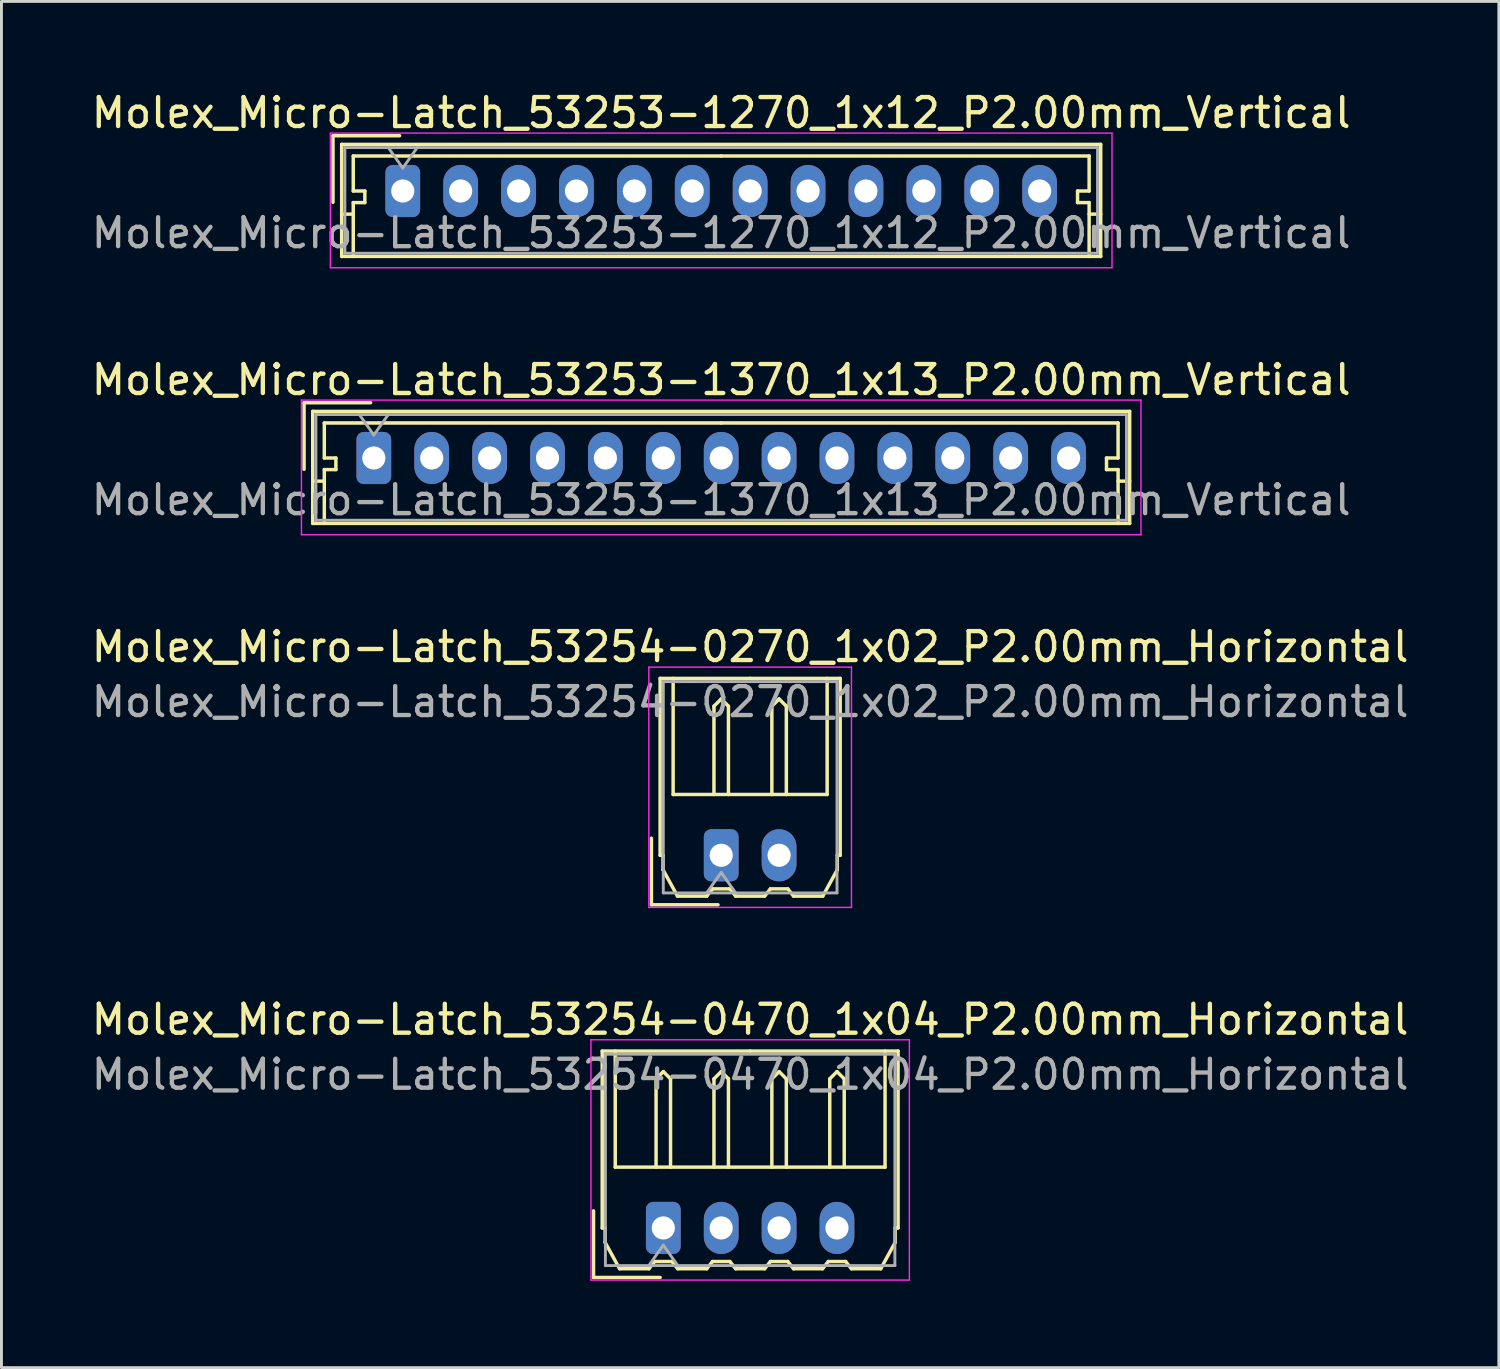
<source format=kicad_pcb>
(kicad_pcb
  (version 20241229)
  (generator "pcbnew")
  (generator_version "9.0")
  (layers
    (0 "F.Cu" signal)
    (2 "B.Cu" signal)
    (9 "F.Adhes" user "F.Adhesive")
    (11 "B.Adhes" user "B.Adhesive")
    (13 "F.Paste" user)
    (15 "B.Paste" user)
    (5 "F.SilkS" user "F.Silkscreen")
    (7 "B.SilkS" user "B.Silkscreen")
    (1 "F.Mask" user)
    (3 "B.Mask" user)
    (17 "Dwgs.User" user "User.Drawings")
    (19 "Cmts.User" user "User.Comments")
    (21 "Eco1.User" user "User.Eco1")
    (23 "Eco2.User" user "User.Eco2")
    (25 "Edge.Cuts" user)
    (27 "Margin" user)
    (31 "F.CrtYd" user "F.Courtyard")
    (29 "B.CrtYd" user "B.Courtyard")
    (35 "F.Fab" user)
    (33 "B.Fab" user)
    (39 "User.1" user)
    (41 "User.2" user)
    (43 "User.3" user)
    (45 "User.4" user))
  (footprint "Molex_Micro-Latch_53254-0270_1x02_P2.00mm_Horizontal"
    (layer "F.Cu")
    (at 21.863 26.495)
    (property "Reference" "Molex_Micro-Latch_53254-0270_1x02_P2.00mm_Horizontal" (at 1 -7.2 0) (layer "F.SilkS") (effects (font (size 1 1) (thickness 0.15))))
    (attr through_hole)
    (fp_line (start -2.41 1.71) (end -2.41 -0.59) (stroke (width 0.12) (type solid)) (layer "F.SilkS"))
    (fp_line (start -2.11 -6.11) (end 1 -6.11) (stroke (width 0.12) (type solid)) (layer "F.SilkS"))
    (fp_line (start -2.11 0) (end -2.11 -6.11) (stroke (width 0.12) (type solid)) (layer "F.SilkS"))
    (fp_line (start -2.01 0) (end -2.11 0) (stroke (width 0.12) (type solid)) (layer "F.SilkS"))
    (fp_line (start -2.01 0.5) (end -2.01 0) (stroke (width 0.12) (type solid)) (layer "F.SilkS"))
    (fp_line (start -1.66 -6.11) (end -1.66 -2.1) (stroke (width 0.12) (type solid)) (layer "F.SilkS"))
    (fp_line (start -1.66 -2.1) (end 3.66 -2.1) (stroke (width 0.12) (type solid)) (layer "F.SilkS"))
    (fp_line (start -1.51 1.41) (end -2.01 0.5) (stroke (width 0.12) (type solid)) (layer "F.SilkS"))
    (fp_line (start -0.5 1.41) (end -1.51 1.41) (stroke (width 0.12) (type solid)) (layer "F.SilkS"))
    (fp_line (start -0.3 1.16) (end -0.5 1.41) (stroke (width 0.12) (type solid)) (layer "F.SilkS"))
    (fp_line (start -0.3 1.16) (end 0.3 1.16) (stroke (width 0.12) (type solid)) (layer "F.SilkS"))
    (fp_line (start -0.25 -5.15) (end 0 -5.4) (stroke (width 0.12) (type solid)) (layer "F.SilkS"))
    (fp_line (start -0.25 -2.1) (end -0.25 -5.15) (stroke (width 0.12) (type solid)) (layer "F.SilkS"))
    (fp_line (start -0.11 1.71) (end -2.41 1.71) (stroke (width 0.12) (type solid)) (layer "F.SilkS"))
    (fp_line (start 0 -5.4) (end 0.25 -5.15) (stroke (width 0.12) (type solid)) (layer "F.SilkS"))
    (fp_line (start 0.25 -5.15) (end 0.25 -2.1) (stroke (width 0.12) (type solid)) (layer "F.SilkS"))
    (fp_line (start 0.3 1.16) (end 0.5 1.41) (stroke (width 0.12) (type solid)) (layer "F.SilkS"))
    (fp_line (start 0.5 1.41) (end 1.5 1.41) (stroke (width 0.12) (type solid)) (layer "F.SilkS"))
    (fp_line (start 1.5 1.41) (end 1.7 1.16) (stroke (width 0.12) (type solid)) (layer "F.SilkS"))
    (fp_line (start 1.7 1.16) (end 2.3 1.16) (stroke (width 0.12) (type solid)) (layer "F.SilkS"))
    (fp_line (start 1.75 -5.15) (end 2 -5.4) (stroke (width 0.12) (type solid)) (layer "F.SilkS"))
    (fp_line (start 1.75 -2.1) (end 1.75 -5.15) (stroke (width 0.12) (type solid)) (layer "F.SilkS"))
    (fp_line (start 2 -5.4) (end 2.25 -5.15) (stroke (width 0.12) (type solid)) (layer "F.SilkS"))
    (fp_line (start 2.25 -5.15) (end 2.25 -2.1) (stroke (width 0.12) (type solid)) (layer "F.SilkS"))
    (fp_line (start 2.3 1.16) (end 2.5 1.41) (stroke (width 0.12) (type solid)) (layer "F.SilkS"))
    (fp_line (start 2.5 1.41) (end 3.51 1.41) (stroke (width 0.12) (type solid)) (layer "F.SilkS"))
    (fp_line (start 3.51 1.41) (end 4.01 0.5) (stroke (width 0.12) (type solid)) (layer "F.SilkS"))
    (fp_line (start 3.66 -2.1) (end 3.66 -6.11) (stroke (width 0.12) (type solid)) (layer "F.SilkS"))
    (fp_line (start 4.01 0) (end 4.11 0) (stroke (width 0.12) (type solid)) (layer "F.SilkS"))
    (fp_line (start 4.01 0.5) (end 4.01 0) (stroke (width 0.12) (type solid)) (layer "F.SilkS"))
    (fp_line (start 4.11 -6.11) (end 1 -6.11) (stroke (width 0.12) (type solid)) (layer "F.SilkS"))
    (fp_line (start 4.11 0) (end 4.11 -6.11) (stroke (width 0.12) (type solid)) (layer "F.SilkS"))
    (fp_line (start -2.5 -6.5) (end -2.5 1.8) (stroke (width 0.05) (type solid)) (layer "F.CrtYd"))
    (fp_line (start -2.5 1.8) (end 4.5 1.8) (stroke (width 0.05) (type solid)) (layer "F.CrtYd"))
    (fp_line (start 4.5 -6.5) (end -2.5 -6.5) (stroke (width 0.05) (type solid)) (layer "F.CrtYd"))
    (fp_line (start 4.5 1.8) (end 4.5 -6.5) (stroke (width 0.05) (type solid)) (layer "F.CrtYd"))
    (fp_line (start -2 -6) (end -2 1.3) (stroke (width 0.1) (type solid)) (layer "F.Fab"))
    (fp_line (start -2 1.3) (end 4 1.3) (stroke (width 0.1) (type solid)) (layer "F.Fab"))
    (fp_line (start -0.5 1.3) (end 0 0.593) (stroke (width 0.1) (type solid)) (layer "F.Fab"))
    (fp_line (start 0 0.593) (end 0.5 1.3) (stroke (width 0.1) (type solid)) (layer "F.Fab"))
    (fp_line (start 4 -6) (end -2 -6) (stroke (width 0.1) (type solid)) (layer "F.Fab"))
    (fp_line (start 4 1.3) (end 4 -6) (stroke (width 0.1) (type solid)) (layer "F.Fab"))
    (fp_text user "${REFERENCE}" (at 1 -5.3 0) (layer "F.Fab") (effects (font (size 1 1) (thickness 0.15))))
    (pad "1" thru_hole roundrect (at 0 0) (size 1.2 1.8) (drill 0.8) (layers "*.Cu" "*.Mask") (roundrect_rratio 0.208))
    (pad "2" thru_hole oval (at 2 0) (size 1.2 1.8) (drill 0.8) (layers "*.Cu" "*.Mask")))
  (footprint "Molex_Micro-Latch_53254-0470_1x04_P2.00mm_Horizontal"
    (layer "F.Cu")
    (at 19.863 39.368)
    (property "Reference" "Molex_Micro-Latch_53254-0470_1x04_P2.00mm_Horizontal" (at 3 -7.2 0) (layer "F.SilkS") (effects (font (size 1 1) (thickness 0.15))))
    (attr through_hole)
    (fp_line (start -2.41 1.71) (end -2.41 -0.59) (stroke (width 0.12) (type solid)) (layer "F.SilkS"))
    (fp_line (start -2.11 -6.11) (end 3 -6.11) (stroke (width 0.12) (type solid)) (layer "F.SilkS"))
    (fp_line (start -2.11 0) (end -2.11 -6.11) (stroke (width 0.12) (type solid)) (layer "F.SilkS"))
    (fp_line (start -2.01 0) (end -2.11 0) (stroke (width 0.12) (type solid)) (layer "F.SilkS"))
    (fp_line (start -2.01 0.5) (end -2.01 0) (stroke (width 0.12) (type solid)) (layer "F.SilkS"))
    (fp_line (start -1.66 -6.11) (end -1.66 -2.1) (stroke (width 0.12) (type solid)) (layer "F.SilkS"))
    (fp_line (start -1.66 -2.1) (end 7.66 -2.1) (stroke (width 0.12) (type solid)) (layer "F.SilkS"))
    (fp_line (start -1.51 1.41) (end -2.01 0.5) (stroke (width 0.12) (type solid)) (layer "F.SilkS"))
    (fp_line (start -0.5 1.41) (end -1.51 1.41) (stroke (width 0.12) (type solid)) (layer "F.SilkS"))
    (fp_line (start -0.3 1.16) (end -0.5 1.41) (stroke (width 0.12) (type solid)) (layer "F.SilkS"))
    (fp_line (start -0.3 1.16) (end 0.3 1.16) (stroke (width 0.12) (type solid)) (layer "F.SilkS"))
    (fp_line (start -0.25 -5.15) (end 0 -5.4) (stroke (width 0.12) (type solid)) (layer "F.SilkS"))
    (fp_line (start -0.25 -2.1) (end -0.25 -5.15) (stroke (width 0.12) (type solid)) (layer "F.SilkS"))
    (fp_line (start -0.11 1.71) (end -2.41 1.71) (stroke (width 0.12) (type solid)) (layer "F.SilkS"))
    (fp_line (start 0 -5.4) (end 0.25 -5.15) (stroke (width 0.12) (type solid)) (layer "F.SilkS"))
    (fp_line (start 0.25 -5.15) (end 0.25 -2.1) (stroke (width 0.12) (type solid)) (layer "F.SilkS"))
    (fp_line (start 0.3 1.16) (end 0.5 1.41) (stroke (width 0.12) (type solid)) (layer "F.SilkS"))
    (fp_line (start 0.5 1.41) (end 1.5 1.41) (stroke (width 0.12) (type solid)) (layer "F.SilkS"))
    (fp_line (start 1.5 1.41) (end 1.7 1.16) (stroke (width 0.12) (type solid)) (layer "F.SilkS"))
    (fp_line (start 1.7 1.16) (end 2.3 1.16) (stroke (width 0.12) (type solid)) (layer "F.SilkS"))
    (fp_line (start 1.75 -5.15) (end 2 -5.4) (stroke (width 0.12) (type solid)) (layer "F.SilkS"))
    (fp_line (start 1.75 -2.1) (end 1.75 -5.15) (stroke (width 0.12) (type solid)) (layer "F.SilkS"))
    (fp_line (start 2 -5.4) (end 2.25 -5.15) (stroke (width 0.12) (type solid)) (layer "F.SilkS"))
    (fp_line (start 2.25 -5.15) (end 2.25 -2.1) (stroke (width 0.12) (type solid)) (layer "F.SilkS"))
    (fp_line (start 2.3 1.16) (end 2.5 1.41) (stroke (width 0.12) (type solid)) (layer "F.SilkS"))
    (fp_line (start 2.5 1.41) (end 3.5 1.41) (stroke (width 0.12) (type solid)) (layer "F.SilkS"))
    (fp_line (start 3.5 1.41) (end 3.7 1.16) (stroke (width 0.12) (type solid)) (layer "F.SilkS"))
    (fp_line (start 3.7 1.16) (end 4.3 1.16) (stroke (width 0.12) (type solid)) (layer "F.SilkS"))
    (fp_line (start 3.75 -5.15) (end 4 -5.4) (stroke (width 0.12) (type solid)) (layer "F.SilkS"))
    (fp_line (start 3.75 -2.1) (end 3.75 -5.15) (stroke (width 0.12) (type solid)) (layer "F.SilkS"))
    (fp_line (start 4 -5.4) (end 4.25 -5.15) (stroke (width 0.12) (type solid)) (layer "F.SilkS"))
    (fp_line (start 4.25 -5.15) (end 4.25 -2.1) (stroke (width 0.12) (type solid)) (layer "F.SilkS"))
    (fp_line (start 4.3 1.16) (end 4.5 1.41) (stroke (width 0.12) (type solid)) (layer "F.SilkS"))
    (fp_line (start 4.5 1.41) (end 5.5 1.41) (stroke (width 0.12) (type solid)) (layer "F.SilkS"))
    (fp_line (start 5.5 1.41) (end 5.7 1.16) (stroke (width 0.12) (type solid)) (layer "F.SilkS"))
    (fp_line (start 5.7 1.16) (end 6.3 1.16) (stroke (width 0.12) (type solid)) (layer "F.SilkS"))
    (fp_line (start 5.75 -5.15) (end 6 -5.4) (stroke (width 0.12) (type solid)) (layer "F.SilkS"))
    (fp_line (start 5.75 -2.1) (end 5.75 -5.15) (stroke (width 0.12) (type solid)) (layer "F.SilkS"))
    (fp_line (start 6 -5.4) (end 6.25 -5.15) (stroke (width 0.12) (type solid)) (layer "F.SilkS"))
    (fp_line (start 6.25 -5.15) (end 6.25 -2.1) (stroke (width 0.12) (type solid)) (layer "F.SilkS"))
    (fp_line (start 6.3 1.16) (end 6.5 1.41) (stroke (width 0.12) (type solid)) (layer "F.SilkS"))
    (fp_line (start 6.5 1.41) (end 7.51 1.41) (stroke (width 0.12) (type solid)) (layer "F.SilkS"))
    (fp_line (start 7.51 1.41) (end 8.01 0.5) (stroke (width 0.12) (type solid)) (layer "F.SilkS"))
    (fp_line (start 7.66 -2.1) (end 7.66 -6.11) (stroke (width 0.12) (type solid)) (layer "F.SilkS"))
    (fp_line (start 8.01 0) (end 8.11 0) (stroke (width 0.12) (type solid)) (layer "F.SilkS"))
    (fp_line (start 8.01 0.5) (end 8.01 0) (stroke (width 0.12) (type solid)) (layer "F.SilkS"))
    (fp_line (start 8.11 -6.11) (end 3 -6.11) (stroke (width 0.12) (type solid)) (layer "F.SilkS"))
    (fp_line (start 8.11 0) (end 8.11 -6.11) (stroke (width 0.12) (type solid)) (layer "F.SilkS"))
    (fp_line (start -2.5 -6.5) (end -2.5 1.8) (stroke (width 0.05) (type solid)) (layer "F.CrtYd"))
    (fp_line (start -2.5 1.8) (end 8.5 1.8) (stroke (width 0.05) (type solid)) (layer "F.CrtYd"))
    (fp_line (start 8.5 -6.5) (end -2.5 -6.5) (stroke (width 0.05) (type solid)) (layer "F.CrtYd"))
    (fp_line (start 8.5 1.8) (end 8.5 -6.5) (stroke (width 0.05) (type solid)) (layer "F.CrtYd"))
    (fp_line (start -2 -6) (end -2 1.3) (stroke (width 0.1) (type solid)) (layer "F.Fab"))
    (fp_line (start -2 1.3) (end 8 1.3) (stroke (width 0.1) (type solid)) (layer "F.Fab"))
    (fp_line (start -0.5 1.3) (end 0 0.593) (stroke (width 0.1) (type solid)) (layer "F.Fab"))
    (fp_line (start 0 0.593) (end 0.5 1.3) (stroke (width 0.1) (type solid)) (layer "F.Fab"))
    (fp_line (start 8 -6) (end -2 -6) (stroke (width 0.1) (type solid)) (layer "F.Fab"))
    (fp_line (start 8 1.3) (end 8 -6) (stroke (width 0.1) (type solid)) (layer "F.Fab"))
    (fp_text user "${REFERENCE}" (at 3 -5.3 0) (layer "F.Fab") (effects (font (size 1 1) (thickness 0.15))))
    (pad "1" thru_hole roundrect (at 0 0) (size 1.2 1.8) (drill 0.8) (layers "*.Cu" "*.Mask") (roundrect_rratio 0.208))
    (pad "2" thru_hole oval (at 2 0) (size 1.2 1.8) (drill 0.8) (layers "*.Cu" "*.Mask"))
    (pad "3" thru_hole oval (at 4 0) (size 1.2 1.8) (drill 0.8) (layers "*.Cu" "*.Mask"))
    (pad "4" thru_hole oval (at 6 0) (size 1.2 1.8) (drill 0.8) (layers "*.Cu" "*.Mask")))
  (footprint "Molex_Micro-Latch_53253-1270_1x12_P2.00mm_Vertical"
    (layer "F.Cu")
    (at 10.863 3.548)
    (property "Reference" "Molex_Micro-Latch_53253-1270_1x12_P2.00mm_Vertical" (at 11 -2.7 0) (layer "F.SilkS") (effects (font (size 1 1) (thickness 0.15))))
    (attr through_hole)
    (fp_line (start -2.41 -1.91) (end -2.41 0.39) (stroke (width 0.12) (type solid)) (layer "F.SilkS"))
    (fp_line (start -2.11 -1.61) (end -2.11 2.26) (stroke (width 0.12) (type solid)) (layer "F.SilkS"))
    (fp_line (start -2.11 0.8) (end -1.71 0.8) (stroke (width 0.12) (type solid)) (layer "F.SilkS"))
    (fp_line (start -2.11 2.26) (end 24.11 2.26) (stroke (width 0.12) (type solid)) (layer "F.SilkS"))
    (fp_line (start -1.71 -1.21) (end -1.71 0) (stroke (width 0.12) (type solid)) (layer "F.SilkS"))
    (fp_line (start -1.71 0) (end -1.31 0) (stroke (width 0.12) (type solid)) (layer "F.SilkS"))
    (fp_line (start -1.71 0.4) (end -1.71 2.26) (stroke (width 0.12) (type solid)) (layer "F.SilkS"))
    (fp_line (start -1.31 0) (end -1.31 0.4) (stroke (width 0.12) (type solid)) (layer "F.SilkS"))
    (fp_line (start -1.31 0.4) (end -1.71 0.4) (stroke (width 0.12) (type solid)) (layer "F.SilkS"))
    (fp_line (start -0.11 -1.91) (end -2.41 -1.91) (stroke (width 0.12) (type solid)) (layer "F.SilkS"))
    (fp_line (start 11 -1.21) (end -1.71 -1.21) (stroke (width 0.12) (type solid)) (layer "F.SilkS"))
    (fp_line (start 11 -1.21) (end 23.71 -1.21) (stroke (width 0.12) (type solid)) (layer "F.SilkS"))
    (fp_line (start 23.31 0) (end 23.31 0.4) (stroke (width 0.12) (type solid)) (layer "F.SilkS"))
    (fp_line (start 23.31 0.4) (end 23.71 0.4) (stroke (width 0.12) (type solid)) (layer "F.SilkS"))
    (fp_line (start 23.71 -1.21) (end 23.71 0) (stroke (width 0.12) (type solid)) (layer "F.SilkS"))
    (fp_line (start 23.71 0) (end 23.31 0) (stroke (width 0.12) (type solid)) (layer "F.SilkS"))
    (fp_line (start 23.71 0.4) (end 23.71 2.26) (stroke (width 0.12) (type solid)) (layer "F.SilkS"))
    (fp_line (start 24.11 -1.61) (end -2.11 -1.61) (stroke (width 0.12) (type solid)) (layer "F.SilkS"))
    (fp_line (start 24.11 0.8) (end 23.71 0.8) (stroke (width 0.12) (type solid)) (layer "F.SilkS"))
    (fp_line (start 24.11 2.26) (end 24.11 -1.61) (stroke (width 0.12) (type solid)) (layer "F.SilkS"))
    (fp_line (start -2.5 -2) (end -2.5 2.65) (stroke (width 0.05) (type solid)) (layer "F.CrtYd"))
    (fp_line (start -2.5 2.65) (end 24.5 2.65) (stroke (width 0.05) (type solid)) (layer "F.CrtYd"))
    (fp_line (start 24.5 -2) (end -2.5 -2) (stroke (width 0.05) (type solid)) (layer "F.CrtYd"))
    (fp_line (start 24.5 2.65) (end 24.5 -2) (stroke (width 0.05) (type solid)) (layer "F.CrtYd"))
    (fp_line (start -2 -1.5) (end -2 2.15) (stroke (width 0.1) (type solid)) (layer "F.Fab"))
    (fp_line (start -2 2.15) (end 24 2.15) (stroke (width 0.1) (type solid)) (layer "F.Fab"))
    (fp_line (start -0.5 -1.5) (end 0 -0.793) (stroke (width 0.1) (type solid)) (layer "F.Fab"))
    (fp_line (start 0 -0.793) (end 0.5 -1.5) (stroke (width 0.1) (type solid)) (layer "F.Fab"))
    (fp_line (start 24 -1.5) (end -2 -1.5) (stroke (width 0.1) (type solid)) (layer "F.Fab"))
    (fp_line (start 24 2.15) (end 24 -1.5) (stroke (width 0.1) (type solid)) (layer "F.Fab"))
    (fp_text user "${REFERENCE}" (at 11 1.45 0) (layer "F.Fab") (effects (font (size 1 1) (thickness 0.15))))
    (pad "1" thru_hole roundrect (at 0 0) (size 1.2 1.8) (drill 0.8) (layers "*.Cu" "*.Mask") (roundrect_rratio 0.208))
    (pad "2" thru_hole oval (at 2 0) (size 1.2 1.8) (drill 0.8) (layers "*.Cu" "*.Mask"))
    (pad "3" thru_hole oval (at 4 0) (size 1.2 1.8) (drill 0.8) (layers "*.Cu" "*.Mask"))
    (pad "4" thru_hole oval (at 6 0) (size 1.2 1.8) (drill 0.8) (layers "*.Cu" "*.Mask"))
    (pad "5" thru_hole oval (at 8 0) (size 1.2 1.8) (drill 0.8) (layers "*.Cu" "*.Mask"))
    (pad "6" thru_hole oval (at 10 0) (size 1.2 1.8) (drill 0.8) (layers "*.Cu" "*.Mask"))
    (pad "7" thru_hole oval (at 12 0) (size 1.2 1.8) (drill 0.8) (layers "*.Cu" "*.Mask"))
    (pad "8" thru_hole oval (at 14 0) (size 1.2 1.8) (drill 0.8) (layers "*.Cu" "*.Mask"))
    (pad "9" thru_hole oval (at 16 0) (size 1.2 1.8) (drill 0.8) (layers "*.Cu" "*.Mask"))
    (pad "10" thru_hole oval (at 18 0) (size 1.2 1.8) (drill 0.8) (layers "*.Cu" "*.Mask"))
    (pad "11" thru_hole oval (at 20 0) (size 1.2 1.8) (drill 0.8) (layers "*.Cu" "*.Mask"))
    (pad "12" thru_hole oval (at 22 0) (size 1.2 1.8) (drill 0.8) (layers "*.Cu" "*.Mask")))
  (footprint "Molex_Micro-Latch_53253-1370_1x13_P2.00mm_Vertical"
    (layer "F.Cu")
    (at 9.863 12.771)
    (property "Reference" "Molex_Micro-Latch_53253-1370_1x13_P2.00mm_Vertical" (at 12 -2.7 0) (layer "F.SilkS") (effects (font (size 1 1) (thickness 0.15))))
    (attr through_hole)
    (fp_line (start -2.41 -1.91) (end -2.41 0.39) (stroke (width 0.12) (type solid)) (layer "F.SilkS"))
    (fp_line (start -2.11 -1.61) (end -2.11 2.26) (stroke (width 0.12) (type solid)) (layer "F.SilkS"))
    (fp_line (start -2.11 0.8) (end -1.71 0.8) (stroke (width 0.12) (type solid)) (layer "F.SilkS"))
    (fp_line (start -2.11 2.26) (end 26.11 2.26) (stroke (width 0.12) (type solid)) (layer "F.SilkS"))
    (fp_line (start -1.71 -1.21) (end -1.71 0) (stroke (width 0.12) (type solid)) (layer "F.SilkS"))
    (fp_line (start -1.71 0) (end -1.31 0) (stroke (width 0.12) (type solid)) (layer "F.SilkS"))
    (fp_line (start -1.71 0.4) (end -1.71 2.26) (stroke (width 0.12) (type solid)) (layer "F.SilkS"))
    (fp_line (start -1.31 0) (end -1.31 0.4) (stroke (width 0.12) (type solid)) (layer "F.SilkS"))
    (fp_line (start -1.31 0.4) (end -1.71 0.4) (stroke (width 0.12) (type solid)) (layer "F.SilkS"))
    (fp_line (start -0.11 -1.91) (end -2.41 -1.91) (stroke (width 0.12) (type solid)) (layer "F.SilkS"))
    (fp_line (start 12 -1.21) (end -1.71 -1.21) (stroke (width 0.12) (type solid)) (layer "F.SilkS"))
    (fp_line (start 12 -1.21) (end 25.71 -1.21) (stroke (width 0.12) (type solid)) (layer "F.SilkS"))
    (fp_line (start 25.31 0) (end 25.31 0.4) (stroke (width 0.12) (type solid)) (layer "F.SilkS"))
    (fp_line (start 25.31 0.4) (end 25.71 0.4) (stroke (width 0.12) (type solid)) (layer "F.SilkS"))
    (fp_line (start 25.71 -1.21) (end 25.71 0) (stroke (width 0.12) (type solid)) (layer "F.SilkS"))
    (fp_line (start 25.71 0) (end 25.31 0) (stroke (width 0.12) (type solid)) (layer "F.SilkS"))
    (fp_line (start 25.71 0.4) (end 25.71 2.26) (stroke (width 0.12) (type solid)) (layer "F.SilkS"))
    (fp_line (start 26.11 -1.61) (end -2.11 -1.61) (stroke (width 0.12) (type solid)) (layer "F.SilkS"))
    (fp_line (start 26.11 0.8) (end 25.71 0.8) (stroke (width 0.12) (type solid)) (layer "F.SilkS"))
    (fp_line (start 26.11 2.26) (end 26.11 -1.61) (stroke (width 0.12) (type solid)) (layer "F.SilkS"))
    (fp_line (start -2.5 -2) (end -2.5 2.65) (stroke (width 0.05) (type solid)) (layer "F.CrtYd"))
    (fp_line (start -2.5 2.65) (end 26.5 2.65) (stroke (width 0.05) (type solid)) (layer "F.CrtYd"))
    (fp_line (start 26.5 -2) (end -2.5 -2) (stroke (width 0.05) (type solid)) (layer "F.CrtYd"))
    (fp_line (start 26.5 2.65) (end 26.5 -2) (stroke (width 0.05) (type solid)) (layer "F.CrtYd"))
    (fp_line (start -2 -1.5) (end -2 2.15) (stroke (width 0.1) (type solid)) (layer "F.Fab"))
    (fp_line (start -2 2.15) (end 26 2.15) (stroke (width 0.1) (type solid)) (layer "F.Fab"))
    (fp_line (start -0.5 -1.5) (end 0 -0.793) (stroke (width 0.1) (type solid)) (layer "F.Fab"))
    (fp_line (start 0 -0.793) (end 0.5 -1.5) (stroke (width 0.1) (type solid)) (layer "F.Fab"))
    (fp_line (start 26 -1.5) (end -2 -1.5) (stroke (width 0.1) (type solid)) (layer "F.Fab"))
    (fp_line (start 26 2.15) (end 26 -1.5) (stroke (width 0.1) (type solid)) (layer "F.Fab"))
    (fp_text user "${REFERENCE}" (at 12 1.45 0) (layer "F.Fab") (effects (font (size 1 1) (thickness 0.15))))
    (pad "1" thru_hole roundrect (at 0 0) (size 1.2 1.8) (drill 0.8) (layers "*.Cu" "*.Mask") (roundrect_rratio 0.208))
    (pad "2" thru_hole oval (at 2 0) (size 1.2 1.8) (drill 0.8) (layers "*.Cu" "*.Mask"))
    (pad "3" thru_hole oval (at 4 0) (size 1.2 1.8) (drill 0.8) (layers "*.Cu" "*.Mask"))
    (pad "4" thru_hole oval (at 6 0) (size 1.2 1.8) (drill 0.8) (layers "*.Cu" "*.Mask"))
    (pad "5" thru_hole oval (at 8 0) (size 1.2 1.8) (drill 0.8) (layers "*.Cu" "*.Mask"))
    (pad "6" thru_hole oval (at 10 0) (size 1.2 1.8) (drill 0.8) (layers "*.Cu" "*.Mask"))
    (pad "7" thru_hole oval (at 12 0) (size 1.2 1.8) (drill 0.8) (layers "*.Cu" "*.Mask"))
    (pad "8" thru_hole oval (at 14 0) (size 1.2 1.8) (drill 0.8) (layers "*.Cu" "*.Mask"))
    (pad "9" thru_hole oval (at 16 0) (size 1.2 1.8) (drill 0.8) (layers "*.Cu" "*.Mask"))
    (pad "10" thru_hole oval (at 18 0) (size 1.2 1.8) (drill 0.8) (layers "*.Cu" "*.Mask"))
    (pad "11" thru_hole oval (at 20 0) (size 1.2 1.8) (drill 0.8) (layers "*.Cu" "*.Mask"))
    (pad "12" thru_hole oval (at 22 0) (size 1.2 1.8) (drill 0.8) (layers "*.Cu" "*.Mask"))
    (pad "13" thru_hole oval (at 24 0) (size 1.2 1.8) (drill 0.8) (layers "*.Cu" "*.Mask")))
  (gr_rect
    (start -3 -3)
    (end 48.726 44.193)
    (stroke (width 0.1) (type default))
    (fill no)
    (layer "Edge.Cuts")))
</source>
